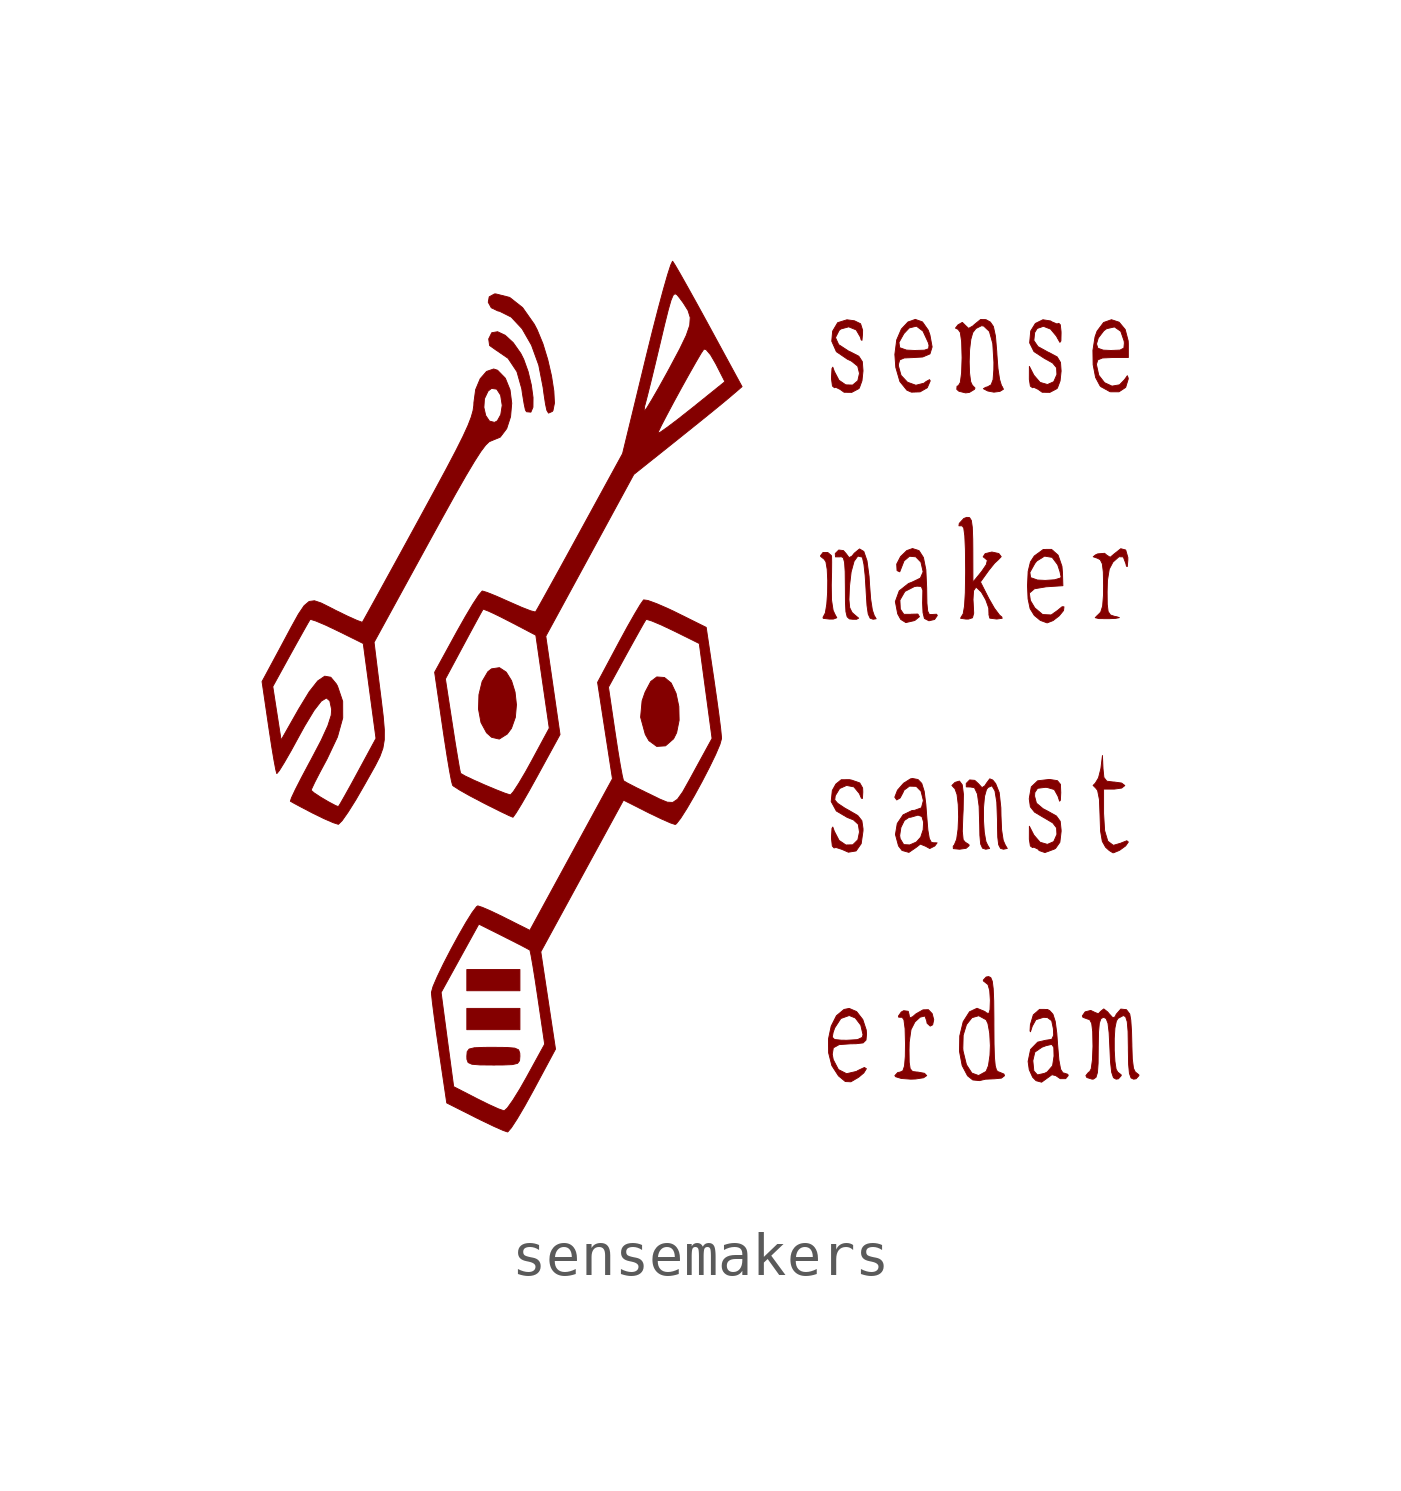
<source format=kicad_sym>
(kicad_symbol_lib
  (version 20231120)
  (generator "kicad_symbol_editor")
  (generator_version "8.0")
  (symbol "sensemakers"
    (pin_names
      (offset 1.016))
    (property "Reference" "#G"
      (at 0 9.396 0)
      (effects (font (size 1.27 1.27)) (hide yes)))
    (symbol "sensemakers_0_0"
      (polyline (pts (xy -4.125 -7.442) (xy -4.125 -7.199) (xy -4.732 -7.199) (xy -5.339 -7.199) (xy -5.339 -7.442) (xy -5.339 -7.685) (xy -4.732 -7.685) (xy -4.125 -7.685) (xy -4.125 -7.442)) (stroke (width 0.01) (type default)) (fill (type outline)))
      (polyline (pts (xy -4.125 -6.552) (xy -4.125 -6.31) (xy -4.732 -6.31) (xy -5.339 -6.31) (xy -5.339 -6.552) (xy -5.339 -6.795) (xy -4.732 -6.795) (xy -4.125 -6.795) (xy -4.125 -6.552)) (stroke (width 0.01) (type default)) (fill (type outline)))
      (polyline (pts (xy -0.796 -1.195) (xy -0.611 -1.034) (xy -0.541 -0.894) (xy -0.484 -0.61) (xy -0.491 -0.294) (xy -0.554 0.005) (xy -0.666 0.242) (xy -0.82 0.368) (xy -0.994 0.381) (xy -1.133 0.277) (xy -1.262 0.033) (xy -1.331 -0.166) (xy -1.365 -0.54) (xy -1.258 -0.933) (xy -1.175 -1.077) (xy -0.996 -1.208) (xy -0.796 -1.195)) (stroke (width 0.01) (type default)) (fill (type outline)))
      (polyline (pts (xy -4.415 -0.925) (xy -4.318 -0.795) (xy -4.229 -0.543) (xy -4.204 -0.255) (xy -4.236 0.035) (xy -4.316 0.294) (xy -4.438 0.491) (xy -4.593 0.593) (xy -4.774 0.566) (xy -4.858 0.5) (xy -4.989 0.276) (xy -5.062 -0.026) (xy -5.072 -0.355) (xy -5.015 -0.662) (xy -4.888 -0.896) (xy -4.773 -0.999) (xy -4.597 -1.04) (xy -4.415 -0.925)) (stroke (width 0.01) (type default)) (fill (type outline)))
      (polyline (pts (xy -4.519 -8.493) (xy -4.296 -8.484) (xy -4.178 -8.455) (xy -4.133 -8.394) (xy -4.125 -8.291) (xy -4.128 -8.22) (xy -4.155 -8.146) (xy -4.243 -8.107) (xy -4.424 -8.092) (xy -4.732 -8.089) (xy -4.945 -8.09) (xy -5.168 -8.099) (xy -5.286 -8.128) (xy -5.331 -8.189) (xy -5.339 -8.291) (xy -5.337 -8.363) (xy -5.309 -8.437) (xy -5.222 -8.476) (xy -5.041 -8.491) (xy -4.732 -8.494) (xy -4.519 -8.493)) (stroke (width 0.01) (type default)) (fill (type outline)))
      (polyline (pts (xy -3.827 6.549) (xy -3.825 6.771) (xy -3.864 7.058) (xy -3.937 7.363) (xy -4.038 7.644) (xy -4.105 7.778) (xy -4.277 8.023) (xy -4.462 8.194) (xy -4.635 8.275) (xy -4.769 8.252) (xy -4.839 8.11) (xy -4.818 7.959) (xy -4.668 7.853) (xy -4.667 7.853) (xy -4.396 7.667) (xy -4.193 7.362) (xy -4.083 6.971) (xy -4.067 6.858) (xy -4.029 6.627) (xy -3.999 6.486) (xy -3.974 6.445) (xy -3.874 6.436) (xy -3.827 6.549)) (stroke (width 0.01) (type default)) (fill (type outline)))
      (polyline (pts (xy 6.078 -3.538) (xy 6.148 -3.478) (xy 6.143 -3.453) (xy 6.056 -3.397) (xy 6.011 -3.342) (xy 5.991 -3.149) (xy 6.003 -2.808) (xy 6.011 -2.658) (xy 6.017 -2.301) (xy 5.99 -2.086) (xy 5.926 -2) (xy 5.824 -2.031) (xy 5.753 -2.101) (xy 5.804 -2.157) (xy 5.822 -2.171) (xy 5.871 -2.308) (xy 5.899 -2.542) (xy 5.907 -2.823) (xy 5.894 -3.103) (xy 5.862 -3.332) (xy 5.808 -3.462) (xy 5.783 -3.49) (xy 5.786 -3.545) (xy 5.929 -3.559) (xy 6.078 -3.538)) (stroke (width 0.01) (type default)) (fill (type outline)))
      (polyline (pts (xy 3.045 1.705) (xy 3.121 1.734) (xy 3.076 1.817) (xy 3.037 1.903) (xy 3 2.144) (xy 2.995 2.484) (xy 3.002 2.768) (xy 3.004 3.006) (xy 3.002 3.135) (xy 2.997 3.156) (xy 2.917 3.225) (xy 2.806 3.227) (xy 2.75 3.155) (xy 2.753 3.135) (xy 2.831 3.074) (xy 2.872 3.016) (xy 2.902 2.839) (xy 2.914 2.587) (xy 2.911 2.307) (xy 2.892 2.044) (xy 2.859 1.844) (xy 2.811 1.752) (xy 2.806 1.75) (xy 2.81 1.721) (xy 2.942 1.705) (xy 3.045 1.705)) (stroke (width 0.01) (type default)) (fill (type outline)))
      (polyline (pts (xy -3.384 6.452) (xy -3.369 6.472) (xy -3.335 6.643) (xy -3.349 6.919) (xy -3.402 7.263) (xy -3.488 7.636) (xy -3.599 8) (xy -3.73 8.318) (xy -3.797 8.447) (xy -4.064 8.827) (xy -4.36 9.06) (xy -4.677 9.14) (xy -4.707 9.139) (xy -4.827 9.073) (xy -4.849 8.949) (xy -4.78 8.823) (xy -4.628 8.75) (xy -4.593 8.744) (xy -4.324 8.61) (xy -4.075 8.343) (xy -3.86 7.968) (xy -3.694 7.511) (xy -3.594 6.997) (xy -3.576 6.859) (xy -3.54 6.622) (xy -3.509 6.478) (xy -3.471 6.414) (xy -3.384 6.452)) (stroke (width 0.01) (type default)) (fill (type outline)))
      (polyline (pts (xy 9.454 -3.639) (xy 9.589 -3.582) (xy 9.726 -3.483) (xy 9.788 -3.394) (xy 9.753 -3.365) (xy 9.633 -3.412) (xy 9.623 -3.418) (xy 9.445 -3.47) (xy 9.319 -3.376) (xy 9.246 -3.134) (xy 9.222 -2.74) (xy 9.222 -2.184) (xy 9.464 -2.184) (xy 9.467 -2.184) (xy 9.637 -2.16) (xy 9.707 -2.103) (xy 9.707 -2.102) (xy 9.635 -2.046) (xy 9.464 -2.022) (xy 9.445 -2.022) (xy 9.295 -2.003) (xy 9.229 -1.918) (xy 9.209 -1.719) (xy 9.196 -1.416) (xy 9.162 -1.698) (xy 9.158 -1.723) (xy 9.106 -1.927) (xy 9.033 -2.048) (xy 8.982 -2.1) (xy 9.04 -2.157) (xy 9.085 -2.213) (xy 9.127 -2.424) (xy 9.141 -2.792) (xy 9.153 -3.145) (xy 9.193 -3.379) (xy 9.268 -3.513) (xy 9.353 -3.59) (xy 9.435 -3.64) (xy 9.454 -3.639)) (stroke (width 0.01) (type default)) (fill (type outline)))
      (polyline (pts (xy 9.496 1.72) (xy 9.583 1.737) (xy 9.525 1.757) (xy 9.479 1.764) (xy 9.379 1.797) (xy 9.326 1.876) (xy 9.306 2.039) (xy 9.303 2.325) (xy 9.31 2.584) (xy 9.352 2.847) (xy 9.436 3.007) (xy 9.574 3.13) (xy 9.673 3.126) (xy 9.731 2.973) (xy 9.745 2.913) (xy 9.764 2.905) (xy 9.777 3.054) (xy 9.777 3.113) (xy 9.728 3.283) (xy 9.615 3.313) (xy 9.461 3.191) (xy 9.374 3.117) (xy 9.298 3.163) (xy 9.245 3.208) (xy 9.088 3.195) (xy 9.036 3.171) (xy 8.985 3.129) (xy 9.08 3.096) (xy 9.146 3.062) (xy 9.193 2.968) (xy 9.216 2.78) (xy 9.222 2.465) (xy 9.219 2.245) (xy 9.2 2.002) (xy 9.156 1.862) (xy 9.08 1.786) (xy 9.075 1.783) (xy 9.031 1.736) (xy 9.115 1.715) (xy 9.343 1.713) (xy 9.496 1.72)) (stroke (width 0.01) (type default)) (fill (type outline)))
      (polyline (pts (xy 5.026 6.9) (xy 5.19 6.994) (xy 5.258 7.151) (xy 5.242 7.179) (xy 5.161 7.135) (xy 5.116 7.098) (xy 4.929 7.051) (xy 4.738 7.12) (xy 4.59 7.277) (xy 4.53 7.495) (xy 4.531 7.53) (xy 4.56 7.631) (xy 4.663 7.675) (xy 4.885 7.685) (xy 5.085 7.697) (xy 5.252 7.768) (xy 5.301 7.927) (xy 5.251 8.2) (xy 5.213 8.31) (xy 5.08 8.499) (xy 4.917 8.557) (xy 4.749 8.498) (xy 4.598 8.336) (xy 4.49 8.085) (xy 4.484 8.031) (xy 4.543 8.031) (xy 4.656 8.233) (xy 4.778 8.362) (xy 4.943 8.402) (xy 5.092 8.289) (xy 5.213 8.028) (xy 5.23 7.967) (xy 5.221 7.886) (xy 5.123 7.853) (xy 4.899 7.846) (xy 4.715 7.855) (xy 4.559 7.91) (xy 4.543 8.031) (xy 4.484 8.031) (xy 4.449 7.756) (xy 4.47 7.46) (xy 4.564 7.136) (xy 4.724 6.938) (xy 4.828 6.893) (xy 5.026 6.9)) (stroke (width 0.01) (type default)) (fill (type outline)))
      (polyline (pts (xy 3.563 -3.598) (xy 3.679 -3.432) (xy 3.721 -3.14) (xy 3.721 -3.088) (xy 3.695 -2.908) (xy 3.601 -2.789) (xy 3.397 -2.67) (xy 3.305 -2.619) (xy 3.14 -2.509) (xy 3.074 -2.432) (xy 3.086 -2.335) (xy 3.186 -2.171) (xy 3.345 -2.1) (xy 3.513 -2.133) (xy 3.638 -2.285) (xy 3.683 -2.392) (xy 3.708 -2.398) (xy 3.716 -2.251) (xy 3.712 -2.159) (xy 3.646 -2.043) (xy 3.464 -1.979) (xy 3.409 -1.968) (xy 3.223 -1.97) (xy 3.1 -2.069) (xy 3.019 -2.215) (xy 2.993 -2.468) (xy 3.111 -2.685) (xy 3.364 -2.834) (xy 3.501 -2.887) (xy 3.613 -2.99) (xy 3.64 -3.164) (xy 3.603 -3.344) (xy 3.486 -3.458) (xy 3.329 -3.462) (xy 3.174 -3.358) (xy 3.064 -3.147) (xy 3.03 -3.052) (xy 3.011 -3.082) (xy 3.001 -3.261) (xy 3.001 -3.325) (xy 3.019 -3.485) (xy 3.058 -3.529) (xy 3.105 -3.519) (xy 3.24 -3.563) (xy 3.386 -3.627) (xy 3.563 -3.598)) (stroke (width 0.01) (type default)) (fill (type outline)))
      (polyline (pts (xy 3.624 6.973) (xy 3.638 6.991) (xy 3.697 7.154) (xy 3.721 7.381) (xy 3.705 7.591) (xy 3.624 7.715) (xy 3.434 7.813) (xy 3.389 7.833) (xy 3.164 7.98) (xy 3.091 8.141) (xy 3.175 8.306) (xy 3.212 8.337) (xy 3.393 8.387) (xy 3.565 8.317) (xy 3.664 8.146) (xy 3.677 8.09) (xy 3.697 8.078) (xy 3.71 8.222) (xy 3.711 8.312) (xy 3.665 8.457) (xy 3.525 8.525) (xy 3.353 8.548) (xy 3.141 8.482) (xy 3.026 8.288) (xy 3.006 8.058) (xy 3.112 7.818) (xy 3.363 7.647) (xy 3.453 7.605) (xy 3.6 7.487) (xy 3.64 7.322) (xy 3.602 7.154) (xy 3.483 7.055) (xy 3.325 7.06) (xy 3.171 7.166) (xy 3.064 7.369) (xy 3.03 7.464) (xy 3.011 7.434) (xy 3.001 7.255) (xy 3.001 7.191) (xy 3.022 7.033) (xy 3.068 6.994) (xy 3.098 7.005) (xy 3.194 6.958) (xy 3.288 6.891) (xy 3.463 6.888) (xy 3.624 6.973)) (stroke (width 0.01) (type default)) (fill (type outline)))
      (polyline (pts (xy 7.02 -3.541) (xy 6.973 -3.462) (xy 6.927 -3.357) (xy 6.89 -3.117) (xy 6.876 -2.79) (xy 6.873 -2.612) (xy 6.835 -2.262) (xy 6.754 -2.058) (xy 6.687 -1.976) (xy 6.619 -1.949) (xy 6.545 -2.048) (xy 6.508 -2.107) (xy 6.442 -2.151) (xy 6.355 -2.056) (xy 6.275 -1.984) (xy 6.16 -1.974) (xy 6.081 -2.055) (xy 6.082 -2.133) (xy 6.178 -2.136) (xy 6.269 -2.151) (xy 6.337 -2.295) (xy 6.376 -2.579) (xy 6.389 -3.013) (xy 6.393 -3.241) (xy 6.411 -3.44) (xy 6.454 -3.535) (xy 6.528 -3.559) (xy 6.616 -3.541) (xy 6.568 -3.462) (xy 6.531 -3.383) (xy 6.494 -3.171) (xy 6.475 -2.892) (xy 6.477 -2.599) (xy 6.5 -2.349) (xy 6.544 -2.194) (xy 6.58 -2.146) (xy 6.67 -2.109) (xy 6.738 -2.224) (xy 6.78 -2.482) (xy 6.795 -2.877) (xy 6.795 -2.987) (xy 6.802 -3.283) (xy 6.823 -3.457) (xy 6.865 -3.539) (xy 6.932 -3.559) (xy 7.02 -3.541)) (stroke (width 0.01) (type default)) (fill (type outline)))
      (polyline (pts (xy 7.934 1.618) (xy 8.066 1.669) (xy 8.207 1.778) (xy 8.306 1.899) (xy 8.316 1.984) (xy 8.273 1.986) (xy 8.172 1.903) (xy 8.023 1.798) (xy 7.827 1.808) (xy 7.649 1.959) (xy 7.548 2.128) (xy 7.524 2.297) (xy 7.641 2.397) (xy 7.907 2.442) (xy 8.291 2.467) (xy 8.282 2.769) (xy 8.27 2.91) (xy 8.182 3.165) (xy 8.032 3.298) (xy 7.843 3.296) (xy 7.637 3.146) (xy 7.549 3.01) (xy 7.497 2.795) (xy 7.496 2.772) (xy 7.536 2.772) (xy 7.649 2.975) (xy 7.694 3.032) (xy 7.873 3.144) (xy 8.046 3.115) (xy 8.172 2.947) (xy 8.224 2.791) (xy 8.251 2.664) (xy 8.234 2.642) (xy 8.104 2.603) (xy 7.887 2.588) (xy 7.71 2.597) (xy 7.553 2.652) (xy 7.536 2.772) (xy 7.496 2.772) (xy 7.482 2.467) (xy 7.495 2.166) (xy 7.542 1.942) (xy 7.637 1.788) (xy 7.775 1.674) (xy 7.927 1.618) (xy 7.934 1.618)) (stroke (width 0.01) (type default)) (fill (type outline)))
      (polyline (pts (xy 4.922 -8.813) (xy 5.105 -8.785) (xy 5.177 -8.736) (xy 5.127 -8.683) (xy 4.975 -8.655) (xy 4.958 -8.655) (xy 4.854 -8.642) (xy 4.799 -8.579) (xy 4.777 -8.43) (xy 4.773 -8.156) (xy 4.777 -7.974) (xy 4.818 -7.684) (xy 4.907 -7.509) (xy 5.027 -7.399) (xy 5.137 -7.373) (xy 5.177 -7.482) (xy 5.186 -7.538) (xy 5.258 -7.604) (xy 5.313 -7.574) (xy 5.338 -7.458) (xy 5.302 -7.318) (xy 5.215 -7.228) (xy 5.093 -7.232) (xy 4.931 -7.324) (xy 4.855 -7.39) (xy 4.787 -7.418) (xy 4.773 -7.336) (xy 4.755 -7.265) (xy 4.651 -7.251) (xy 4.595 -7.282) (xy 4.53 -7.375) (xy 4.536 -7.4) (xy 4.611 -7.402) (xy 4.614 -7.4) (xy 4.656 -7.457) (xy 4.683 -7.662) (xy 4.692 -8.004) (xy 4.688 -8.296) (xy 4.67 -8.515) (xy 4.633 -8.625) (xy 4.57 -8.655) (xy 4.515 -8.665) (xy 4.449 -8.736) (xy 4.466 -8.761) (xy 4.596 -8.801) (xy 4.813 -8.817) (xy 4.922 -8.813)) (stroke (width 0.01) (type default)) (fill (type outline)))
      (polyline (pts (xy 9.727 7.002) (xy 9.786 7.195) (xy 9.785 7.216) (xy 9.765 7.269) (xy 9.701 7.179) (xy 9.587 7.061) (xy 9.414 7.031) (xy 9.243 7.11) (xy 9.112 7.279) (xy 9.06 7.518) (xy 9.06 7.535) (xy 9.09 7.631) (xy 9.197 7.675) (xy 9.424 7.685) (xy 9.788 7.685) (xy 9.788 7.996) (xy 9.785 8.064) (xy 9.716 8.326) (xy 9.577 8.493) (xy 9.402 8.55) (xy 9.222 8.486) (xy 9.072 8.286) (xy 9.026 8.156) (xy 9.001 7.996) (xy 9.06 7.996) (xy 9.101 8.132) (xy 9.226 8.296) (xy 9.29 8.344) (xy 9.47 8.385) (xy 9.615 8.285) (xy 9.692 8.061) (xy 9.697 8.014) (xy 9.686 7.901) (xy 9.597 7.855) (xy 9.389 7.846) (xy 9.213 7.854) (xy 9.091 7.898) (xy 9.06 7.996) (xy 9.001 7.996) (xy 8.978 7.848) (xy 8.983 7.52) (xy 9.039 7.23) (xy 9.141 7.038) (xy 9.164 7.016) (xy 9.371 6.902) (xy 9.574 6.901) (xy 9.727 7.002)) (stroke (width 0.01) (type default)) (fill (type outline)))
      (polyline (pts (xy 3.622 -8.772) (xy 3.739 -8.674) (xy 3.798 -8.578) (xy 3.752 -8.55) (xy 3.605 -8.619) (xy 3.57 -8.64) (xy 3.345 -8.692) (xy 3.158 -8.597) (xy 3.04 -8.371) (xy 3.017 -8.248) (xy 3.042 -8.1) (xy 3.175 -8.027) (xy 3.443 -8.008) (xy 3.557 -8.007) (xy 3.723 -7.988) (xy 3.789 -7.923) (xy 3.802 -7.784) (xy 3.795 -7.694) (xy 3.716 -7.454) (xy 3.574 -7.272) (xy 3.405 -7.199) (xy 3.286 -7.223) (xy 3.113 -7.366) (xy 2.993 -7.605) (xy 2.94 -7.856) (xy 3.017 -7.856) (xy 3.038 -7.745) (xy 3.074 -7.644) (xy 3.213 -7.43) (xy 3.405 -7.361) (xy 3.544 -7.417) (xy 3.67 -7.582) (xy 3.721 -7.801) (xy 3.702 -7.863) (xy 3.59 -7.913) (xy 3.352 -7.927) (xy 3.227 -7.926) (xy 3.068 -7.91) (xy 3.017 -7.856) (xy 2.94 -7.856) (xy 2.931 -7.9) (xy 2.934 -8.214) (xy 3.008 -8.507) (xy 3.159 -8.741) (xy 3.168 -8.749) (xy 3.316 -8.871) (xy 3.444 -8.877) (xy 3.622 -8.772)) (stroke (width 0.01) (type default)) (fill (type outline)))
      (polyline (pts (xy 8.154 6.973) (xy 8.167 6.989) (xy 8.227 7.15) (xy 8.251 7.376) (xy 8.237 7.572) (xy 8.161 7.699) (xy 7.978 7.797) (xy 7.952 7.808) (xy 7.721 7.935) (xy 7.627 8.074) (xy 7.646 8.256) (xy 7.703 8.35) (xy 7.845 8.399) (xy 8.009 8.336) (xy 8.147 8.17) (xy 8.164 8.135) (xy 8.223 8.032) (xy 8.246 8.064) (xy 8.25 8.244) (xy 8.249 8.283) (xy 8.232 8.434) (xy 8.198 8.467) (xy 8.156 8.452) (xy 8.04 8.501) (xy 8.011 8.521) (xy 7.835 8.549) (xy 7.662 8.464) (xy 7.556 8.292) (xy 7.531 8.02) (xy 7.63 7.821) (xy 7.873 7.662) (xy 8.055 7.562) (xy 8.147 7.452) (xy 8.155 7.297) (xy 8.082 7.131) (xy 7.937 7.067) (xy 7.769 7.117) (xy 7.628 7.28) (xy 7.525 7.482) (xy 7.524 7.215) (xy 7.524 7.184) (xy 7.548 7.031) (xy 7.598 6.994) (xy 7.627 7.005) (xy 7.724 6.958) (xy 7.818 6.891) (xy 7.993 6.888) (xy 8.154 6.973)) (stroke (width 0.01) (type default)) (fill (type outline)))
      (polyline (pts (xy 8.095 -3.556) (xy 8.125 -3.538) (xy 8.222 -3.4) (xy 8.251 -3.153) (xy 8.251 -3.12) (xy 8.23 -2.92) (xy 8.143 -2.799) (xy 7.948 -2.69) (xy 7.837 -2.632) (xy 7.686 -2.505) (xy 7.644 -2.345) (xy 7.649 -2.262) (xy 7.712 -2.166) (xy 7.883 -2.144) (xy 7.928 -2.145) (xy 8.095 -2.194) (xy 8.179 -2.346) (xy 8.216 -2.46) (xy 8.234 -2.438) (xy 8.243 -2.265) (xy 8.235 -2.075) (xy 8.166 -1.991) (xy 7.994 -1.964) (xy 7.978 -1.963) (xy 7.715 -1.994) (xy 7.569 -2.133) (xy 7.523 -2.395) (xy 7.523 -2.416) (xy 7.548 -2.59) (xy 7.644 -2.711) (xy 7.851 -2.834) (xy 7.853 -2.835) (xy 8.059 -2.956) (xy 8.147 -3.07) (xy 8.155 -3.22) (xy 8.082 -3.385) (xy 7.937 -3.448) (xy 7.769 -3.399) (xy 7.628 -3.236) (xy 7.525 -3.034) (xy 7.524 -3.301) (xy 7.524 -3.332) (xy 7.548 -3.485) (xy 7.598 -3.522) (xy 7.627 -3.511) (xy 7.724 -3.558) (xy 7.749 -3.59) (xy 7.881 -3.635) (xy 8.095 -3.556)) (stroke (width 0.01) (type default)) (fill (type outline)))
      (polyline (pts (xy 3.575 1.7) (xy 3.621 1.725) (xy 3.524 1.806) (xy 3.47 1.855) (xy 3.416 1.965) (xy 3.399 2.15) (xy 3.411 2.453) (xy 3.449 2.78) (xy 3.516 3.025) (xy 3.602 3.145) (xy 3.7 3.122) (xy 3.71 3.103) (xy 3.742 2.954) (xy 3.77 2.698) (xy 3.79 2.38) (xy 3.792 2.337) (xy 3.812 2.014) (xy 3.84 1.819) (xy 3.884 1.724) (xy 3.952 1.7) (xy 4.021 1.711) (xy 3.993 1.761) (xy 3.982 1.772) (xy 3.935 1.909) (xy 3.896 2.159) (xy 3.871 2.484) (xy 3.86 2.675) (xy 3.812 3.037) (xy 3.739 3.25) (xy 3.641 3.308) (xy 3.521 3.21) (xy 3.471 3.146) (xy 3.403 3.108) (xy 3.334 3.201) (xy 3.273 3.27) (xy 3.166 3.283) (xy 3.086 3.203) (xy 3.091 3.126) (xy 3.195 3.126) (xy 3.219 3.132) (xy 3.269 3.108) (xy 3.299 3.001) (xy 3.313 2.786) (xy 3.317 2.435) (xy 3.319 2.09) (xy 3.33 1.873) (xy 3.358 1.756) (xy 3.41 1.708) (xy 3.494 1.699) (xy 3.575 1.7)) (stroke (width 0.01) (type default)) (fill (type outline)))
      (polyline (pts (xy 4.887 1.667) (xy 4.911 1.677) (xy 5.011 1.759) (xy 4.975 1.819) (xy 4.821 1.815) (xy 4.811 1.812) (xy 4.654 1.812) (xy 4.574 1.931) (xy 4.564 2.137) (xy 4.678 2.336) (xy 4.895 2.447) (xy 4.956 2.457) (xy 5.054 2.45) (xy 5.089 2.36) (xy 5.085 2.148) (xy 5.083 2.074) (xy 5.093 1.852) (xy 5.125 1.718) (xy 5.228 1.665) (xy 5.357 1.695) (xy 5.42 1.786) (xy 5.403 1.815) (xy 5.298 1.809) (xy 5.238 1.808) (xy 5.2 1.885) (xy 5.182 2.067) (xy 5.177 2.383) (xy 5.177 2.41) (xy 5.158 2.832) (xy 5.102 3.112) (xy 5.002 3.268) (xy 4.853 3.317) (xy 4.721 3.27) (xy 4.579 3.132) (xy 4.491 2.961) (xy 4.499 2.815) (xy 4.502 2.811) (xy 4.561 2.785) (xy 4.611 2.913) (xy 4.659 3.035) (xy 4.784 3.141) (xy 4.927 3.128) (xy 5.045 3.006) (xy 5.095 2.787) (xy 5.095 2.783) (xy 5.033 2.641) (xy 4.834 2.545) (xy 4.762 2.518) (xy 4.549 2.349) (xy 4.46 2.104) (xy 4.514 1.823) (xy 4.583 1.697) (xy 4.7 1.624) (xy 4.887 1.667)) (stroke (width 0.01) (type default)) (fill (type outline)))
      (polyline (pts (xy 7.957 -8.776) (xy 8.041 -8.715) (xy 8.129 -8.736) (xy 8.232 -8.806) (xy 8.354 -8.806) (xy 8.413 -8.736) (xy 8.404 -8.706) (xy 8.312 -8.676) (xy 8.293 -8.674) (xy 8.24 -8.592) (xy 8.2 -8.378) (xy 8.17 -8.017) (xy 8.152 -7.765) (xy 8.116 -7.495) (xy 8.064 -7.333) (xy 7.988 -7.249) (xy 7.938 -7.223) (xy 7.758 -7.221) (xy 7.615 -7.346) (xy 7.548 -7.572) (xy 7.54 -7.715) (xy 7.55 -7.733) (xy 7.592 -7.604) (xy 7.674 -7.457) (xy 7.85 -7.402) (xy 7.94 -7.409) (xy 8.035 -7.48) (xy 8.074 -7.665) (xy 8.081 -7.814) (xy 8.036 -7.907) (xy 7.902 -7.927) (xy 7.715 -7.97) (xy 7.553 -8.137) (xy 7.499 -8.397) (xy 7.604 -8.397) (xy 7.604 -8.393) (xy 7.65 -8.198) (xy 7.811 -8.087) (xy 7.907 -8.051) (xy 8.037 -8.021) (xy 8.084 -8.09) (xy 8.089 -8.289) (xy 8.056 -8.51) (xy 7.933 -8.653) (xy 7.871 -8.684) (xy 7.71 -8.72) (xy 7.627 -8.63) (xy 7.604 -8.397) (xy 7.499 -8.397) (xy 7.496 -8.413) (xy 7.522 -8.6) (xy 7.6 -8.773) (xy 7.678 -8.852) (xy 7.805 -8.886) (xy 7.957 -8.776)) (stroke (width 0.01) (type default)) (fill (type outline)))
      (polyline (pts (xy 4.935 -3.518) (xy 5.032 -3.442) (xy 5.151 -3.49) (xy 5.247 -3.543) (xy 5.362 -3.485) (xy 5.415 -3.413) (xy 5.339 -3.412) (xy 5.284 -3.402) (xy 5.237 -3.316) (xy 5.204 -3.121) (xy 5.177 -2.791) (xy 5.158 -2.534) (xy 5.12 -2.235) (xy 5.064 -2.054) (xy 4.978 -1.965) (xy 4.853 -1.941) (xy 4.806 -1.95) (xy 4.649 -2.049) (xy 4.509 -2.209) (xy 4.449 -2.364) (xy 4.449 -2.373) (xy 4.492 -2.432) (xy 4.57 -2.386) (xy 4.634 -2.265) (xy 4.658 -2.209) (xy 4.783 -2.116) (xy 4.937 -2.121) (xy 5.047 -2.231) (xy 5.101 -2.446) (xy 5.057 -2.612) (xy 4.899 -2.67) (xy 4.843 -2.673) (xy 4.638 -2.772) (xy 4.504 -2.971) (xy 4.462 -3.223) (xy 4.469 -3.247) (xy 4.559 -3.247) (xy 4.587 -3.062) (xy 4.666 -2.901) (xy 4.769 -2.831) (xy 4.816 -2.826) (xy 4.968 -2.782) (xy 4.979 -2.779) (xy 5.068 -2.811) (xy 5.106 -2.941) (xy 5.096 -3.115) (xy 5.04 -3.284) (xy 4.94 -3.395) (xy 4.788 -3.461) (xy 4.651 -3.453) (xy 4.571 -3.32) (xy 4.559 -3.247) (xy 4.469 -3.247) (xy 4.533 -3.484) (xy 4.613 -3.587) (xy 4.77 -3.631) (xy 4.935 -3.518)) (stroke (width 0.01) (type default)) (fill (type outline)))
      (polyline (pts (xy 6.155 6.888) (xy 6.269 6.957) (xy 6.282 6.988) (xy 6.234 7.038) (xy 6.226 7.039) (xy 6.183 7.13) (xy 6.157 7.329) (xy 6.149 7.588) (xy 6.158 7.86) (xy 6.186 8.098) (xy 6.231 8.256) (xy 6.303 8.349) (xy 6.431 8.413) (xy 6.481 8.405) (xy 6.611 8.282) (xy 6.688 8.005) (xy 6.714 7.575) (xy 6.712 7.401) (xy 6.695 7.178) (xy 6.651 7.062) (xy 6.572 7.016) (xy 6.524 7.003) (xy 6.473 6.972) (xy 6.572 6.92) (xy 6.714 6.893) (xy 6.852 6.911) (xy 6.932 6.96) (xy 6.903 7.022) (xy 6.889 7.037) (xy 6.845 7.181) (xy 6.807 7.431) (xy 6.783 7.749) (xy 6.779 7.824) (xy 6.749 8.177) (xy 6.702 8.394) (xy 6.632 8.496) (xy 6.532 8.551) (xy 6.409 8.554) (xy 6.268 8.44) (xy 6.233 8.407) (xy 6.135 8.351) (xy 6.063 8.419) (xy 5.992 8.489) (xy 5.892 8.432) (xy 5.835 8.358) (xy 5.889 8.332) (xy 5.893 8.332) (xy 5.946 8.258) (xy 5.976 8.046) (xy 5.986 7.685) (xy 5.986 7.675) (xy 5.975 7.334) (xy 5.946 7.115) (xy 5.9 7.038) (xy 5.871 7.031) (xy 5.865 6.957) (xy 5.914 6.914) (xy 6.067 6.876) (xy 6.155 6.888)) (stroke (width 0.01) (type default)) (fill (type outline)))
      (polyline (pts (xy 6.224 1.734) (xy 6.252 1.839) (xy 6.241 2.063) (xy 6.236 2.148) (xy 6.248 2.352) (xy 6.299 2.427) (xy 6.322 2.422) (xy 6.426 2.323) (xy 6.527 2.147) (xy 6.596 1.956) (xy 6.601 1.813) (xy 6.599 1.807) (xy 6.62 1.725) (xy 6.777 1.705) (xy 6.78 1.705) (xy 6.903 1.722) (xy 6.894 1.753) (xy 6.843 1.794) (xy 6.726 1.95) (xy 6.598 2.173) (xy 6.406 2.552) (xy 6.579 2.793) (xy 6.602 2.824) (xy 6.729 2.982) (xy 6.814 3.06) (xy 6.881 3.131) (xy 6.826 3.203) (xy 6.674 3.236) (xy 6.661 3.236) (xy 6.514 3.2) (xy 6.468 3.128) (xy 6.551 3.06) (xy 6.564 3.049) (xy 6.54 2.949) (xy 6.433 2.791) (xy 6.234 2.548) (xy 6.232 3.302) (xy 6.23 3.53) (xy 6.22 3.802) (xy 6.198 3.958) (xy 6.157 4.024) (xy 6.094 4.03) (xy 6.025 4.004) (xy 5.922 3.892) (xy 5.914 3.837) (xy 5.976 3.836) (xy 5.987 3.84) (xy 6.024 3.786) (xy 6.048 3.611) (xy 6.062 3.301) (xy 6.067 2.843) (xy 6.067 2.753) (xy 6.06 2.307) (xy 6.042 2.002) (xy 6.011 1.823) (xy 5.966 1.752) (xy 5.952 1.722) (xy 6.067 1.705) (xy 6.136 1.705) (xy 6.224 1.734)) (stroke (width 0.01) (type default)) (fill (type outline)))
      (polyline (pts (xy 6.52 -8.818) (xy 6.734 -8.808) (xy 6.887 -8.793) (xy 6.957 -8.738) (xy 6.943 -8.7) (xy 6.835 -8.655) (xy 6.822 -8.654) (xy 6.776 -8.618) (xy 6.745 -8.515) (xy 6.726 -8.32) (xy 6.717 -8.011) (xy 6.714 -7.563) (xy 6.714 -7.44) (xy 6.71 -7.028) (xy 6.698 -6.749) (xy 6.677 -6.579) (xy 6.642 -6.494) (xy 6.593 -6.471) (xy 6.537 -6.481) (xy 6.471 -6.552) (xy 6.474 -6.572) (xy 6.552 -6.633) (xy 6.579 -6.654) (xy 6.618 -6.791) (xy 6.633 -7.013) (xy 6.625 -7.229) (xy 6.596 -7.322) (xy 6.536 -7.296) (xy 6.509 -7.271) (xy 6.328 -7.196) (xy 6.157 -7.275) (xy 6.014 -7.5) (xy 6.01 -7.509) (xy 5.933 -7.829) (xy 5.928 -8.121) (xy 6.003 -8.121) (xy 6.011 -7.813) (xy 6.087 -7.568) (xy 6.212 -7.411) (xy 6.367 -7.366) (xy 6.536 -7.458) (xy 6.578 -7.547) (xy 6.618 -7.765) (xy 6.633 -8.049) (xy 6.624 -8.27) (xy 6.589 -8.509) (xy 6.536 -8.639) (xy 6.534 -8.641) (xy 6.364 -8.734) (xy 6.21 -8.678) (xy 6.086 -8.487) (xy 6.009 -8.175) (xy 6.003 -8.121) (xy 5.928 -8.121) (xy 5.927 -8.182) (xy 5.988 -8.506) (xy 6.111 -8.74) (xy 6.231 -8.835) (xy 6.385 -8.85) (xy 6.52 -8.818)) (stroke (width 0.01) (type default)) (fill (type outline)))
      (polyline (pts (xy 8.993 -8.814) (xy 9.049 -8.774) (xy 9.082 -8.664) (xy 9.097 -8.452) (xy 9.1 -8.11) (xy 9.1 -8.086) (xy 9.106 -7.745) (xy 9.125 -7.536) (xy 9.162 -7.431) (xy 9.222 -7.402) (xy 9.281 -7.431) (xy 9.323 -7.54) (xy 9.349 -7.758) (xy 9.366 -8.109) (xy 9.381 -8.427) (xy 9.407 -8.661) (xy 9.448 -8.783) (xy 9.508 -8.817) (xy 9.561 -8.809) (xy 9.626 -8.736) (xy 9.624 -8.717) (xy 9.545 -8.655) (xy 9.508 -8.589) (xy 9.481 -8.407) (xy 9.466 -8.158) (xy 9.466 -7.89) (xy 9.481 -7.651) (xy 9.514 -7.489) (xy 9.552 -7.427) (xy 9.675 -7.361) (xy 9.726 -7.39) (xy 9.763 -7.503) (xy 9.782 -7.728) (xy 9.788 -8.089) (xy 9.788 -8.142) (xy 9.794 -8.479) (xy 9.813 -8.685) (xy 9.85 -8.789) (xy 9.909 -8.817) (xy 9.965 -8.808) (xy 10.031 -8.736) (xy 10.028 -8.717) (xy 9.95 -8.655) (xy 9.947 -8.655) (xy 9.906 -8.57) (xy 9.879 -8.359) (xy 9.869 -8.055) (xy 9.869 -8.027) (xy 9.861 -7.718) (xy 9.844 -7.468) (xy 9.82 -7.327) (xy 9.745 -7.228) (xy 9.616 -7.214) (xy 9.511 -7.333) (xy 9.488 -7.388) (xy 9.435 -7.415) (xy 9.342 -7.313) (xy 9.318 -7.282) (xy 9.226 -7.21) (xy 9.152 -7.269) (xy 9.103 -7.322) (xy 9.027 -7.292) (xy 8.928 -7.245) (xy 8.8 -7.278) (xy 8.736 -7.37) (xy 8.75 -7.403) (xy 8.858 -7.442) (xy 8.904 -7.456) (xy 8.95 -7.541) (xy 8.973 -7.729) (xy 8.979 -8.049) (xy 8.979 -8.077) (xy 8.967 -8.376) (xy 8.939 -8.58) (xy 8.898 -8.655) (xy 8.879 -8.658) (xy 8.817 -8.736) (xy 8.839 -8.779) (xy 8.959 -8.817) (xy 8.993 -8.814)) (stroke (width 0.01) (type default)) (fill (type outline)))
      (polyline (pts (xy -4.4 -10.021) (xy -4.319 -9.926) (xy -4.185 -9.72) (xy -4.013 -9.428) (xy -3.82 -9.078) (xy -3.311 -8.13) (xy -3.479 -7.017) (xy -3.647 -5.904) (xy -2.702 -4.17) (xy -1.756 -2.436) (xy -1.204 -2.715) (xy -1.154 -2.74) (xy -0.886 -2.868) (xy -0.679 -2.959) (xy -0.574 -2.993) (xy -0.547 -2.977) (xy -0.448 -2.85) (xy -0.305 -2.625) (xy -0.136 -2.334) (xy 0.041 -2.01) (xy 0.209 -1.685) (xy 0.351 -1.392) (xy 0.449 -1.162) (xy 0.486 -1.029) (xy 0.484 -0.991) (xy 0.465 -0.796) (xy 0.426 -0.487) (xy 0.373 -0.1) (xy 0.311 0.332) (xy 0.135 1.514) (xy -0.544 1.851) (xy -0.71 1.931) (xy -0.989 2.053) (xy -1.196 2.129) (xy -1.295 2.143) (xy -1.3 2.139) (xy -1.372 2.037) (xy -1.5 1.823) (xy -1.668 1.528) (xy -1.858 1.178) (xy -2.349 0.257) (xy -2.332 0.147) (xy -2.1 0.147) (xy -1.686 0.903) (xy -1.551 1.147) (xy -1.399 1.42) (xy -1.29 1.613) (xy -1.24 1.695) (xy -1.228 1.697) (xy -1.108 1.66) (xy -0.892 1.569) (xy -0.615 1.438) (xy -0.023 1.145) (xy 0.123 0.06) (xy 0.269 -1.025) (xy -0.081 -1.665) (xy -0.248 -1.972) (xy -0.403 -2.249) (xy -0.522 -2.416) (xy -0.63 -2.489) (xy -0.755 -2.483) (xy -0.923 -2.414) (xy -1.161 -2.297) (xy -1.212 -2.273) (xy -1.474 -2.145) (xy -1.667 -2.045) (xy -1.753 -1.994) (xy -1.757 -1.989) (xy -1.785 -1.872) (xy -1.83 -1.631) (xy -1.885 -1.299) (xy -1.945 -0.905) (xy -2.1 0.147) (xy -2.332 0.147) (xy -2.179 -0.845) (xy -2.009 -1.947) (xy -2.954 -3.681) (xy -3.898 -5.414) (xy -4.455 -5.134) (xy -4.508 -5.107) (xy -4.776 -4.978) (xy -4.983 -4.888) (xy -5.088 -4.854) (xy -5.117 -4.873) (xy -5.217 -5.006) (xy -5.36 -5.235) (xy -5.528 -5.528) (xy -5.705 -5.853) (xy -5.873 -6.178) (xy -6.014 -6.471) (xy -6.112 -6.699) (xy -6.148 -6.829) (xy -6.148 -6.835) (xy -5.927 -6.835) (xy -5.496 -6.053) (xy -5.065 -5.272) (xy -4.494 -5.557) (xy -4.424 -5.593) (xy -4.165 -5.724) (xy -3.977 -5.822) (xy -3.897 -5.866) (xy -3.895 -5.872) (xy -3.87 -5.988) (xy -3.828 -6.227) (xy -3.775 -6.558) (xy -3.716 -6.952) (xy -3.559 -8.016) (xy -3.978 -8.78) (xy -4.121 -9.032) (xy -4.285 -9.297) (xy -4.412 -9.476) (xy -4.484 -9.541) (xy -4.49 -9.54) (xy -4.615 -9.496) (xy -4.834 -9.397) (xy -5.105 -9.263) (xy -5.64 -8.988) (xy -5.784 -7.912) (xy -5.927 -6.835) (xy -6.148 -6.835) (xy -6.147 -6.866) (xy -6.127 -7.058) (xy -6.088 -7.363) (xy -6.036 -7.747) (xy -5.973 -8.179) (xy -5.798 -9.361) (xy -5.144 -9.691) (xy -5.003 -9.761) (xy -4.723 -9.895) (xy -4.513 -9.988) (xy -4.409 -10.024) (xy -4.4 -10.021)) (stroke (width 0.01) (type default)) (fill (type outline)))
      (polyline (pts (xy -4.28 -2.824) (xy -4.212 -2.728) (xy -4.086 -2.522) (xy -3.919 -2.232) (xy -3.726 -1.884) (xy -3.208 -0.937) (xy -3.37 0.188) (xy -3.533 1.312) (xy -2.527 3.161) (xy -1.521 5.011) (xy -0.538 5.795) (xy -0.376 5.925) (xy -0.021 6.21) (xy 0.297 6.467) (xy 0.547 6.672) (xy 0.7 6.8) (xy 0.955 7.019) (xy 0.193 8.421) (xy 0.161 8.48) (xy -0.074 8.909) (xy -0.284 9.287) (xy -0.455 9.591) (xy -0.576 9.799) (xy -0.632 9.886) (xy -0.636 9.886) (xy -0.677 9.798) (xy -0.749 9.575) (xy -0.846 9.236) (xy -0.963 8.801) (xy -1.095 8.289) (xy -1.236 7.719) (xy -1.536 6.48) (xy -1.284 6.48) (xy -1.273 6.572) (xy -1.257 6.628) (xy -1.206 6.825) (xy -1.129 7.132) (xy -1.035 7.52) (xy -0.93 7.96) (xy -0.93 7.96) (xy -0.817 8.436) (xy -0.733 8.773) (xy -0.671 8.991) (xy -0.622 9.108) (xy -0.579 9.145) (xy -0.533 9.12) (xy -0.477 9.052) (xy -0.388 8.932) (xy -0.28 8.76) (xy -0.23 8.599) (xy -0.242 8.42) (xy -0.321 8.191) (xy -0.47 7.881) (xy -0.693 7.462) (xy -0.759 7.34) (xy -0.948 6.999) (xy -1.107 6.723) (xy -1.219 6.538) (xy -1.27 6.471) (xy -1.284 6.48) (xy -1.536 6.48) (xy -1.664 5.954) (xy -0.971 5.954) (xy -0.961 5.982) (xy -0.891 6.129) (xy -0.767 6.367) (xy -0.609 6.664) (xy -0.433 6.987) (xy -0.258 7.302) (xy -0.102 7.577) (xy 0.017 7.78) (xy 0.082 7.877) (xy 0.132 7.867) (xy 0.234 7.748) (xy 0.355 7.54) (xy 0.562 7.133) (xy -0.204 6.516) (xy -0.225 6.5) (xy -0.515 6.271) (xy -0.752 6.092) (xy -0.912 5.98) (xy -0.971 5.954) (xy -1.664 5.954) (xy -1.777 5.488) (xy -2.757 3.695) (xy -2.98 3.287) (xy -3.228 2.835) (xy -3.442 2.448) (xy -3.61 2.145) (xy -3.722 1.945) (xy -3.768 1.868) (xy -3.774 1.866) (xy -3.879 1.893) (xy -4.085 1.973) (xy -4.353 2.091) (xy -4.396 2.11) (xy -4.667 2.23) (xy -4.877 2.314) (xy -4.983 2.346) (xy -4.99 2.343) (xy -5.067 2.252) (xy -5.2 2.05) (xy -5.372 1.762) (xy -5.567 1.417) (xy -6.075 0.488) (xy -6.053 0.336) (xy -5.829 0.336) (xy -5.409 1.119) (xy -5.265 1.387) (xy -5.117 1.66) (xy -5.013 1.85) (xy -4.968 1.928) (xy -4.957 1.929) (xy -4.84 1.884) (xy -4.628 1.784) (xy -4.354 1.645) (xy -3.761 1.335) (xy -3.608 0.272) (xy -3.454 -0.79) (xy -3.861 -1.545) (xy -3.994 -1.786) (xy -4.153 -2.055) (xy -4.274 -2.241) (xy -4.339 -2.315) (xy -4.35 -2.315) (xy -4.471 -2.276) (xy -4.682 -2.193) (xy -4.934 -2.087) (xy -5.182 -1.977) (xy -5.38 -1.883) (xy -5.48 -1.825) (xy -5.483 -1.819) (xy -5.507 -1.702) (xy -5.548 -1.463) (xy -5.603 -1.131) (xy -5.664 -0.736) (xy -5.829 0.336) (xy -6.053 0.336) (xy -5.892 -0.77) (xy -5.854 -1.026) (xy -5.791 -1.432) (xy -5.735 -1.765) (xy -5.691 -1.996) (xy -5.665 -2.096) (xy -5.642 -2.117) (xy -5.502 -2.207) (xy -5.268 -2.339) (xy -4.975 -2.493) (xy -4.836 -2.564) (xy -4.567 -2.698) (xy -4.372 -2.791) (xy -4.286 -2.827) (xy -4.28 -2.824)) (stroke (width 0.01) (type default)) (fill (type outline)))
      (polyline (pts (xy -8.273 -2.988) (xy -8.191 -2.906) (xy -8.054 -2.711) (xy -7.878 -2.431) (xy -7.682 -2.091) (xy -7.577 -1.905) (xy -7.43 -1.643) (xy -7.325 -1.435) (xy -7.258 -1.249) (xy -7.226 -1.057) (xy -7.225 -0.826) (xy -7.25 -0.525) (xy -7.298 -0.126) (xy -7.365 0.404) (xy -7.46 1.173) (xy -6.201 3.473) (xy -5.899 4.022) (xy -5.597 4.566) (xy -5.355 4.99) (xy -5.165 5.308) (xy -5.02 5.534) (xy -4.91 5.68) (xy -4.827 5.76) (xy -4.765 5.786) (xy -4.574 5.865) (xy -4.427 6.06) (xy -4.339 6.331) (xy -4.312 6.64) (xy -4.351 6.946) (xy -4.458 7.211) (xy -4.636 7.394) (xy -4.725 7.423) (xy -4.888 7.367) (xy -5.033 7.2) (xy -5.137 6.953) (xy -5.177 6.657) (xy -5.179 6.594) (xy -5.186 6.543) (xy -4.949 6.543) (xy -4.936 6.743) (xy -4.853 6.917) (xy -4.774 6.979) (xy -4.655 6.962) (xy -4.566 6.824) (xy -4.53 6.593) (xy -4.53 6.589) (xy -4.563 6.378) (xy -4.641 6.237) (xy -4.706 6.202) (xy -4.821 6.231) (xy -4.907 6.359) (xy -4.949 6.543) (xy -5.186 6.543) (xy -5.197 6.47) (xy -5.239 6.321) (xy -5.313 6.13) (xy -5.427 5.881) (xy -5.589 5.557) (xy -5.807 5.142) (xy -6.089 4.619) (xy -6.441 3.972) (xy -6.634 3.619) (xy -6.925 3.087) (xy -7.185 2.614) (xy -7.404 2.215) (xy -7.574 1.907) (xy -7.685 1.707) (xy -7.727 1.633) (xy -7.738 1.633) (xy -7.852 1.675) (xy -8.064 1.77) (xy -8.339 1.904) (xy -8.47 1.972) (xy -8.673 2.073) (xy -8.823 2.123) (xy -8.945 2.107) (xy -9.06 2.01) (xy -9.19 1.817) (xy -9.357 1.515) (xy -9.585 1.088) (xy -10.022 0.275) (xy -10.005 0.161) (xy -9.776 0.161) (xy -9.364 0.91) (xy -9.232 1.148) (xy -9.08 1.42) (xy -8.971 1.613) (xy -8.922 1.695) (xy -8.91 1.697) (xy -8.792 1.66) (xy -8.576 1.569) (xy -8.3 1.438) (xy -7.707 1.145) (xy -7.562 0.061) (xy -7.416 -1.024) (xy -7.839 -1.806) (xy -7.986 -2.077) (xy -8.133 -2.341) (xy -8.235 -2.52) (xy -8.277 -2.585) (xy -8.343 -2.559) (xy -8.503 -2.474) (xy -8.686 -2.366) (xy -8.836 -2.267) (xy -8.898 -2.211) (xy -8.887 -2.178) (xy -8.816 -2.027) (xy -8.692 -1.787) (xy -8.534 -1.492) (xy -8.297 -0.991) (xy -8.177 -0.557) (xy -8.178 -0.177) (xy -8.296 0.171) (xy -8.325 0.223) (xy -8.45 0.374) (xy -8.588 0.398) (xy -8.748 0.29) (xy -8.942 0.043) (xy -9.181 -0.349) (xy -9.586 -1.063) (xy -9.681 -0.451) (xy -9.776 0.161) (xy -10.005 0.161) (xy -9.87 -0.76) (xy -9.86 -0.826) (xy -9.802 -1.208) (xy -9.749 -1.524) (xy -9.708 -1.741) (xy -9.685 -1.829) (xy -9.683 -1.829) (xy -9.627 -1.761) (xy -9.513 -1.577) (xy -9.357 -1.306) (xy -9.174 -0.971) (xy -9.049 -0.744) (xy -8.833 -0.386) (xy -8.668 -0.173) (xy -8.55 -0.101) (xy -8.472 -0.166) (xy -8.43 -0.365) (xy -8.44 -0.495) (xy -8.516 -0.733) (xy -8.669 -1.068) (xy -8.906 -1.52) (xy -8.938 -1.578) (xy -9.117 -1.915) (xy -9.259 -2.192) (xy -9.349 -2.384) (xy -9.374 -2.461) (xy -9.292 -2.508) (xy -9.107 -2.607) (xy -8.858 -2.737) (xy -8.606 -2.86) (xy -8.394 -2.952) (xy -8.278 -2.989) (xy -8.273 -2.988)) (stroke (width 0.01) (type default)) (fill (type outline))))))
</source>
